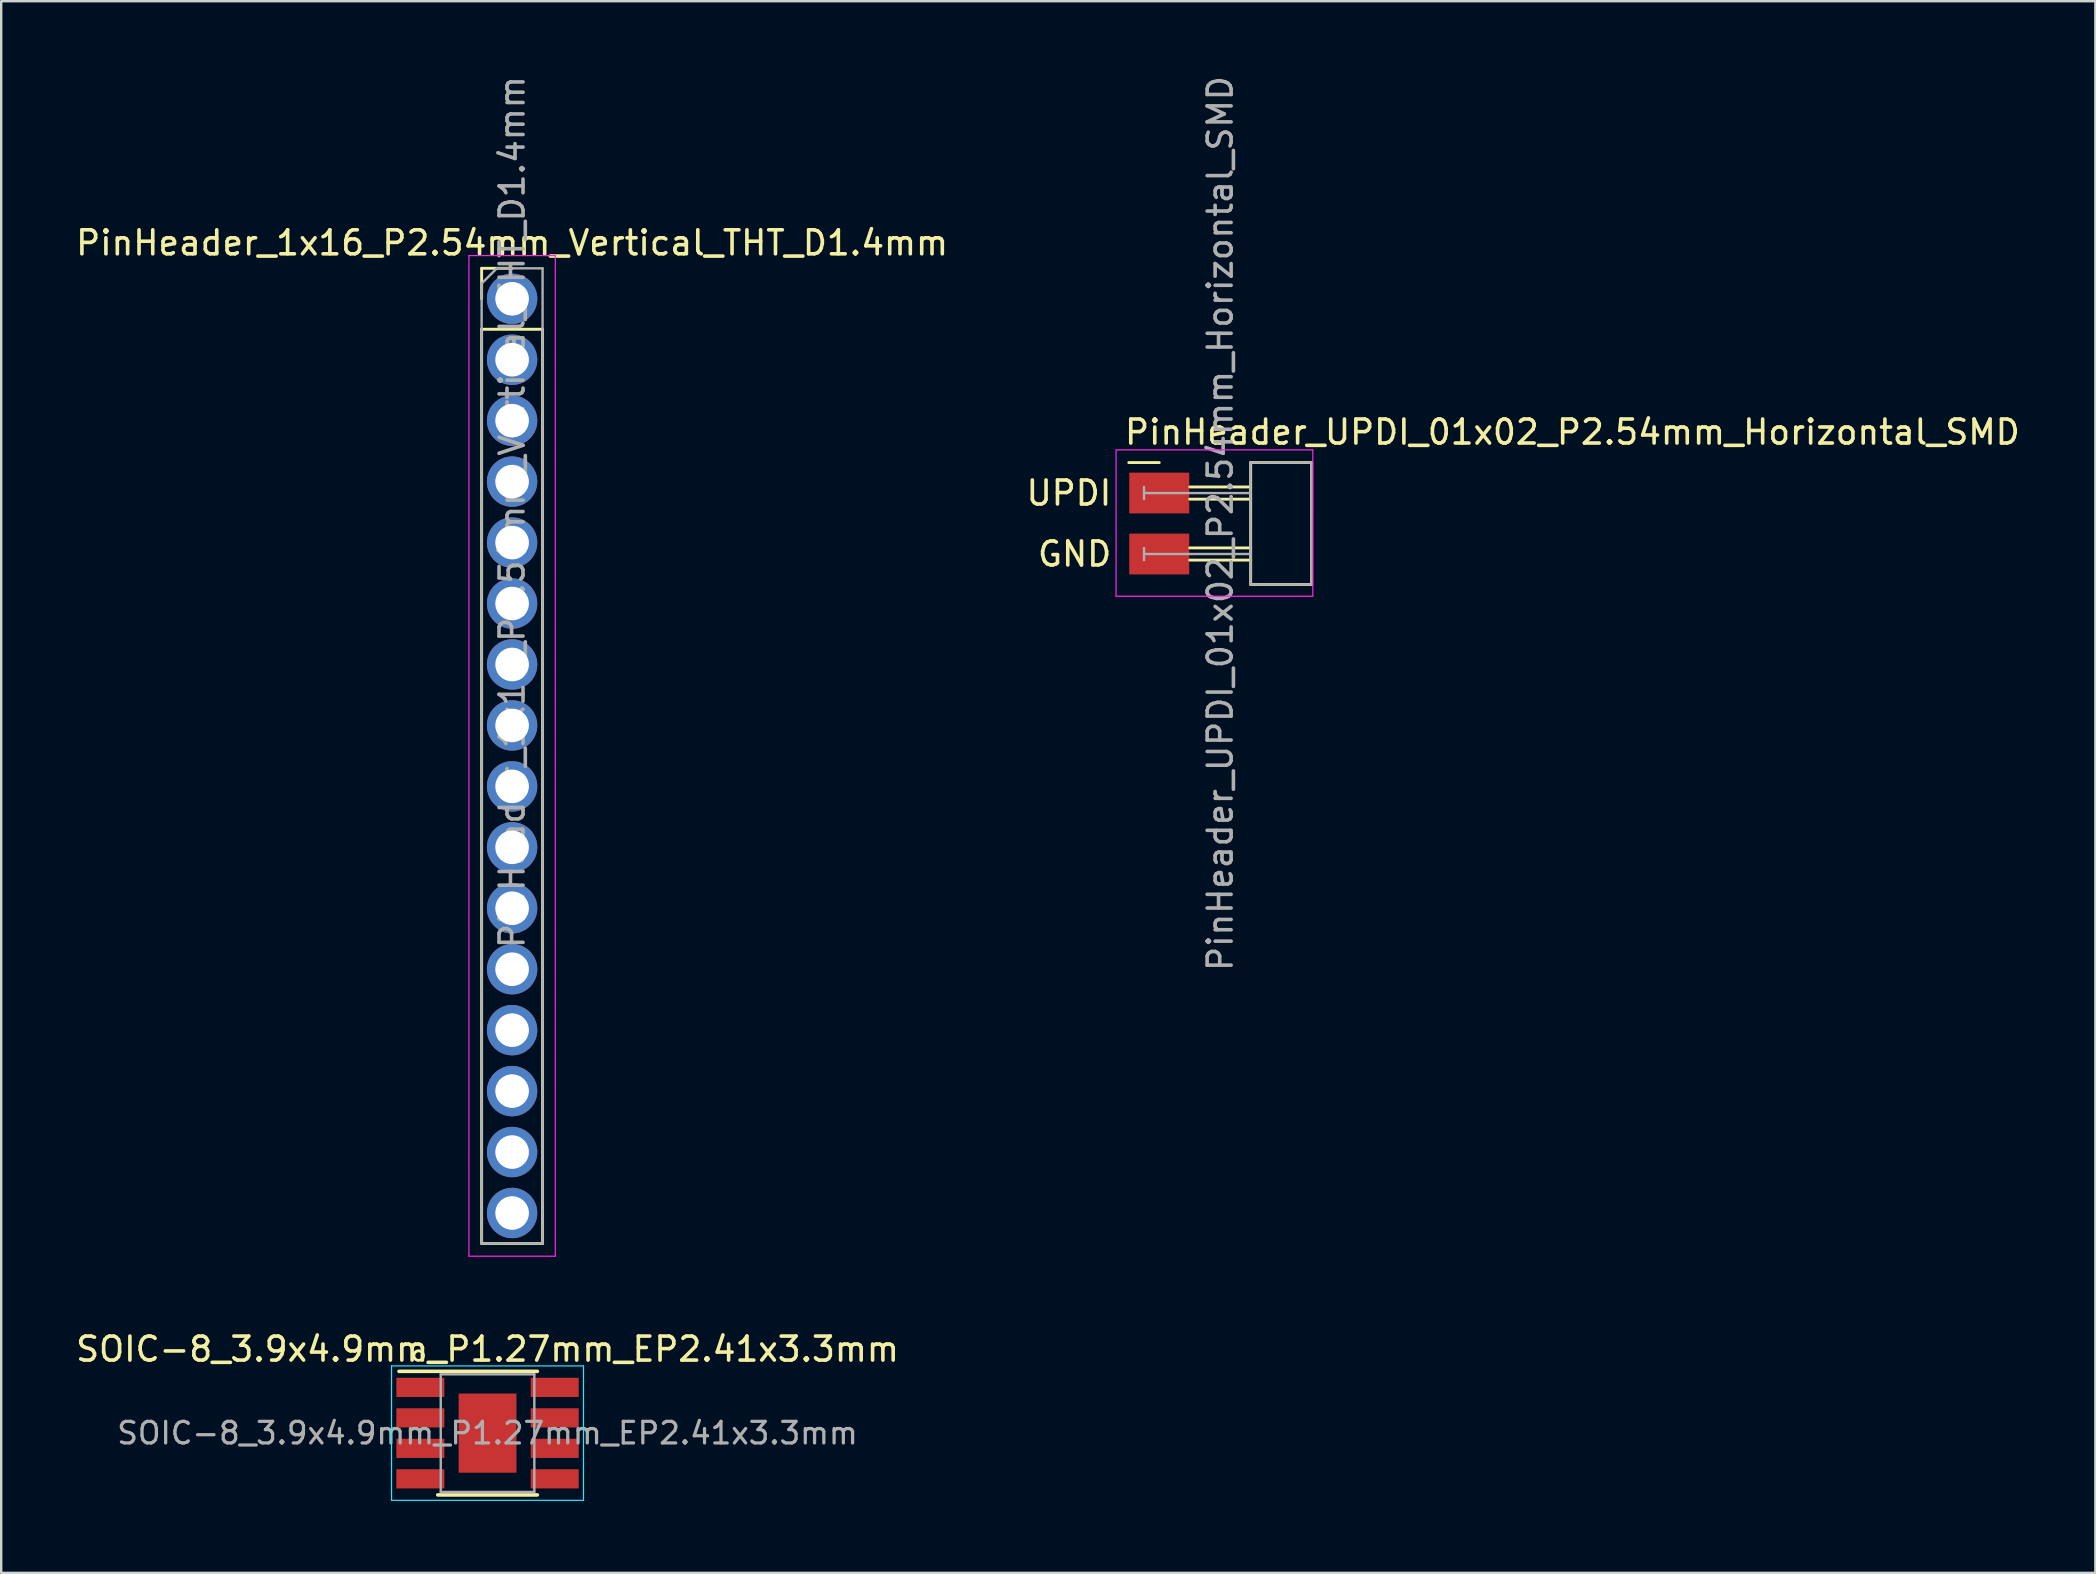
<source format=kicad_pcb>
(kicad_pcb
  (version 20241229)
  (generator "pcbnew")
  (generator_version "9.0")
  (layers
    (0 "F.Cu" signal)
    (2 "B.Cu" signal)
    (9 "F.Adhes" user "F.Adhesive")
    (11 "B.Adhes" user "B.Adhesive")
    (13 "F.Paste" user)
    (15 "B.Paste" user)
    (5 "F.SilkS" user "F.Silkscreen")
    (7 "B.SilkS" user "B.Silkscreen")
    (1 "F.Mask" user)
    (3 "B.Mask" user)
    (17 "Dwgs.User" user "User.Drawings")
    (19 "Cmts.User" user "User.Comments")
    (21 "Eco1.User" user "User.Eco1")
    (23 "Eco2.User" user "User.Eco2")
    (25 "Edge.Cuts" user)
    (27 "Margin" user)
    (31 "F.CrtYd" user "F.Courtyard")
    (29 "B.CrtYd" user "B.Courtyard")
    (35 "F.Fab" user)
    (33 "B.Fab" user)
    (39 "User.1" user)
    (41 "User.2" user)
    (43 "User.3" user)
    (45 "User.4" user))
  (footprint "SOIC-8_3.9x4.9mm_P1.27mm_EP2.41x3.3mm"
    (layer "F.Cu")
    (at 17.268 56.675)
    (property "Reference" "SOIC-8_3.9x4.9mm_P1.27mm_EP2.41x3.3mm" (at 0 -3.5 0) (layer "F.SilkS") (effects (font (size 1 1) (thickness 0.15))))
    (attr smd)
    (fp_line (start -3.69 -2.575) (end 2.075 -2.575) (stroke (width 0.15) (type solid)) (layer "F.SilkS"))
    (fp_line (start -2.075 2.575) (end 2.075 2.575) (stroke (width 0.15) (type solid)) (layer "F.SilkS"))
    (fp_circle (center -2.87 -3.23) (end -2.67 -3.23) (stroke (width 0.12) (type solid)) (fill no) (layer "F.SilkS"))
    (fp_line (start -4 -2.8) (end 4 -2.8) (stroke (width 0.05) (type solid)) (layer "B.CrtYd"))
    (fp_line (start -4 2.8) (end -4 -2.8) (stroke (width 0.05) (type solid)) (layer "B.CrtYd"))
    (fp_line (start 4 -2.8) (end 4 2.8) (stroke (width 0.05) (type solid)) (layer "B.CrtYd"))
    (fp_line (start 4 2.8) (end -4 2.8) (stroke (width 0.05) (type solid)) (layer "B.CrtYd"))
    (fp_line (start -1.95 -2.45) (end -1.95 2.45) (stroke (width 0.1) (type solid)) (layer "F.Fab"))
    (fp_line (start -1.95 -2.45) (end 1.95 -2.45) (stroke (width 0.1) (type solid)) (layer "F.Fab"))
    (fp_line (start -1.95 2.45) (end 1.95 2.45) (stroke (width 0.1) (type solid)) (layer "F.Fab"))
    (fp_line (start 1.95 -2.45) (end 1.95 2.45) (stroke (width 0.1) (type solid)) (layer "F.Fab"))
    (fp_text user "${REFERENCE}" (at 0 0 0) (layer "F.Fab") (effects (font (size 0.9 0.9) (thickness 0.135))))
    (pad "1" smd rect (at -2.8 -1.905) (size 2 0.8) (layers "F.Cu" "F.Mask" "F.Paste"))
    (pad "2" smd rect (at -2.8 -0.635) (size 2 0.8) (layers "F.Cu" "F.Mask" "F.Paste"))
    (pad "3" smd rect (at -2.8 0.635) (size 2 0.8) (layers "F.Cu" "F.Mask" "F.Paste"))
    (pad "4" smd rect (at -2.8 1.905) (size 2 0.8) (layers "F.Cu" "F.Mask" "F.Paste"))
    (pad "5" smd rect (at 2.8 1.905) (size 2 0.8) (layers "F.Cu" "F.Mask" "F.Paste"))
    (pad "6" smd rect (at 2.8 0.635) (size 2 0.8) (layers "F.Cu" "F.Mask" "F.Paste"))
    (pad "7" smd rect (at 2.8 -0.635) (size 2 0.8) (layers "F.Cu" "F.Mask" "F.Paste"))
    (pad "8" smd rect (at 2.8 -1.905) (size 2 0.8) (layers "F.Cu" "F.Mask" "F.Paste"))
    (pad "9" smd rect (at 0 0) (size 2.41 3.3) (layers "F.Cu" "F.Mask" "F.Paste")))
  (footprint "PinHeader_UPDI_01x02_P2.54mm_Horizontal_SMD"
    (layer "F.Cu")
    (at 45.262 17.498)
    (property "Reference" "PinHeader_UPDI_01x02_P2.54mm_Horizontal_SMD" (at -1.524 -2.54 180) (layer "F.SilkS") (effects (font (size 1 1) (thickness 0.15)) (justify left)))
    (attr smd)
    (fp_line (start -1.27 -1.27) (end 0 -1.27) (stroke (width 0.12) (type solid)) (layer "F.SilkS"))
    (fp_line (start 3.81 -1.27) (end 6.35 -1.27) (stroke (width 0.12) (type solid)) (layer "F.SilkS"))
    (fp_line (start 3.81 -0.254) (end 1.27 -0.254) (stroke (width 0.12) (type solid)) (layer "F.SilkS"))
    (fp_line (start 3.81 0.254) (end 1.27 0.254) (stroke (width 0.12) (type solid)) (layer "F.SilkS"))
    (fp_line (start 3.81 2.286) (end 1.27 2.286) (stroke (width 0.12) (type solid)) (layer "F.SilkS"))
    (fp_line (start 3.81 2.794) (end 1.27 2.794) (stroke (width 0.12) (type solid)) (layer "F.SilkS"))
    (fp_line (start 3.81 3.81) (end 3.81 -1.27) (stroke (width 0.12) (type solid)) (layer "F.SilkS"))
    (fp_line (start 6.35 -1.27) (end 6.35 3.81) (stroke (width 0.12) (type solid)) (layer "F.SilkS"))
    (fp_line (start 6.35 3.81) (end 3.81 3.81) (stroke (width 0.12) (type solid)) (layer "F.SilkS"))
    (fp_line (start -1.8 -1.8) (end -1.8 4.3) (stroke (width 0.05) (type solid)) (layer "F.CrtYd"))
    (fp_line (start -1.8 4.3) (end 6.4 4.3) (stroke (width 0.05) (type solid)) (layer "F.CrtYd"))
    (fp_line (start 6.4 -1.8) (end -1.8 -1.8) (stroke (width 0.05) (type solid)) (layer "F.CrtYd"))
    (fp_line (start 6.4 4.3) (end 6.4 -1.8) (stroke (width 0.05) (type solid)) (layer "F.CrtYd"))
    (fp_line (start -0.635 -0.254) (end -0.635 0.254) (stroke (width 0.1) (type solid)) (layer "F.Fab"))
    (fp_line (start -0.635 2.286) (end -0.635 2.794) (stroke (width 0.1) (type solid)) (layer "F.Fab"))
    (fp_line (start 3.8 -1.27) (end 6.34 -1.27) (stroke (width 0.1) (type solid)) (layer "F.Fab"))
    (fp_line (start 3.8 3.81) (end 6.35 3.81) (stroke (width 0.1) (type solid)) (layer "F.Fab"))
    (fp_line (start 3.81 0) (end -0.635 0) (stroke (width 0.1) (type solid)) (layer "F.Fab"))
    (fp_line (start 3.81 2.54) (end -0.635 2.54) (stroke (width 0.1) (type solid)) (layer "F.Fab"))
    (fp_line (start 3.81 3.81) (end 3.8 -1.27) (stroke (width 0.1) (type solid)) (layer "F.Fab"))
    (fp_line (start 6.34 -1.27) (end 6.35 3.81) (stroke (width 0.1) (type solid)) (layer "F.Fab"))
    (fp_text user "GND" (at -1.905 2.54 0) (layer "F.SilkS") (effects (font (size 1 1) (thickness 0.15)) (justify right)))
    (fp_text user "UPDI" (at -1.905 0 0) (layer "F.SilkS") (effects (font (size 1 1) (thickness 0.15)) (justify right)))
    (fp_text user "${REFERENCE}" (at 2.54 1.27 90) (layer "F.Fab") (effects (font (size 1 1) (thickness 0.15))))
    (pad "1" smd rect (at 0 0) (size 2.5 1.7) (layers "F.Cu" "F.Mask" "F.Paste"))
    (pad "2" smd rect (at 0 2.54) (size 2.5 1.7) (layers "F.Cu" "F.Mask" "F.Paste")))
  (footprint "PinHeader_1x16_P2.54mm_Vertical_THT_D1.4mm"
    (layer "F.Cu")
    (at 18.292 9.402)
    (property "Reference" "PinHeader_1x16_P2.54mm_Vertical_THT_D1.4mm" (at 0 -2.33 0) (layer "F.SilkS") (effects (font (size 1 1) (thickness 0.15))))
    (attr through_hole)
    (fp_line (start -1.27 -1.27) (end 0 -1.27) (stroke (width 0.12) (type solid)) (layer "F.SilkS"))
    (fp_line (start -1.27 0) (end -1.27 -1.27) (stroke (width 0.12) (type solid)) (layer "F.SilkS"))
    (fp_line (start -1.27 1.27) (end -1.27 39.37) (stroke (width 0.12) (type solid)) (layer "F.SilkS"))
    (fp_line (start -1.27 1.27) (end 1.27 1.27) (stroke (width 0.12) (type solid)) (layer "F.SilkS"))
    (fp_line (start -1.27 39.37) (end 1.27 39.37) (stroke (width 0.12) (type solid)) (layer "F.SilkS"))
    (fp_line (start 1.27 1.27) (end 1.27 39.37) (stroke (width 0.12) (type solid)) (layer "F.SilkS"))
    (fp_line (start -1.8 -1.8) (end -1.8 39.9) (stroke (width 0.05) (type solid)) (layer "F.CrtYd"))
    (fp_line (start -1.8 39.9) (end 1.8 39.9) (stroke (width 0.05) (type solid)) (layer "F.CrtYd"))
    (fp_line (start 1.8 -1.8) (end -1.8 -1.8) (stroke (width 0.05) (type solid)) (layer "F.CrtYd"))
    (fp_line (start 1.8 39.9) (end 1.8 -1.8) (stroke (width 0.05) (type solid)) (layer "F.CrtYd"))
    (fp_line (start -1.27 -0.635) (end -0.635 -1.27) (stroke (width 0.1) (type solid)) (layer "F.Fab"))
    (fp_line (start -1.27 39.37) (end -1.27 -0.635) (stroke (width 0.1) (type solid)) (layer "F.Fab"))
    (fp_line (start -0.635 -1.27) (end 1.27 -1.27) (stroke (width 0.1) (type solid)) (layer "F.Fab"))
    (fp_line (start 1.27 -1.27) (end 1.27 39.37) (stroke (width 0.1) (type solid)) (layer "F.Fab"))
    (fp_line (start 1.27 39.37) (end -1.27 39.37) (stroke (width 0.1) (type solid)) (layer "F.Fab"))
    (fp_text user "${REFERENCE}" (at 0 8.89 90) (layer "F.Fab") (effects (font (size 1 1) (thickness 0.15))))
    (pad "1" thru_hole circle (at 0 0) (size 2.1 2.1) (drill 1.4) (layers "*.Cu" "*.Mask"))
    (pad "2" thru_hole circle (at 0 2.54) (size 2.1 2.1) (drill 1.4) (layers "*.Cu" "*.Mask"))
    (pad "3" thru_hole circle (at 0 5.08) (size 2.1 2.1) (drill 1.4) (layers "*.Cu" "*.Mask"))
    (pad "4" thru_hole circle (at 0 7.62) (size 2.1 2.1) (drill 1.4) (layers "*.Cu" "*.Mask"))
    (pad "5" thru_hole circle (at 0 10.16) (size 2.1 2.1) (drill 1.4) (layers "*.Cu" "*.Mask"))
    (pad "6" thru_hole circle (at 0 12.7) (size 2.1 2.1) (drill 1.4) (layers "*.Cu" "*.Mask"))
    (pad "7" thru_hole circle (at 0 15.24) (size 2.1 2.1) (drill 1.4) (layers "*.Cu" "*.Mask"))
    (pad "8" thru_hole circle (at 0 17.78) (size 2.1 2.1) (drill 1.4) (layers "*.Cu" "*.Mask"))
    (pad "9" thru_hole circle (at 0 20.32) (size 2.1 2.1) (drill 1.4) (layers "*.Cu" "*.Mask"))
    (pad "10" thru_hole circle (at 0 22.86) (size 2.1 2.1) (drill 1.4) (layers "*.Cu" "*.Mask"))
    (pad "11" thru_hole circle (at 0 25.4) (size 2.1 2.1) (drill 1.4) (layers "*.Cu" "*.Mask"))
    (pad "12" thru_hole circle (at 0 27.94) (size 2.1 2.1) (drill 1.4) (layers "*.Cu" "*.Mask"))
    (pad "13" thru_hole circle (at 0 30.48) (size 2.1 2.1) (drill 1.4) (layers "*.Cu" "*.Mask"))
    (pad "14" thru_hole circle (at 0 33.02) (size 2.1 2.1) (drill 1.4) (layers "*.Cu" "*.Mask"))
    (pad "15" thru_hole circle (at 0 35.56) (size 2.1 2.1) (drill 1.4) (layers "*.Cu" "*.Mask"))
    (pad "16" thru_hole circle (at 0 38.1) (size 2.1 2.1) (drill 1.4) (layers "*.Cu" "*.Mask")))
  (gr_rect
    (start -3 -3)
    (end 84.274 62.5)
    (stroke (width 0.1) (type default))
    (fill no)
    (layer "Edge.Cuts")))
</source>
